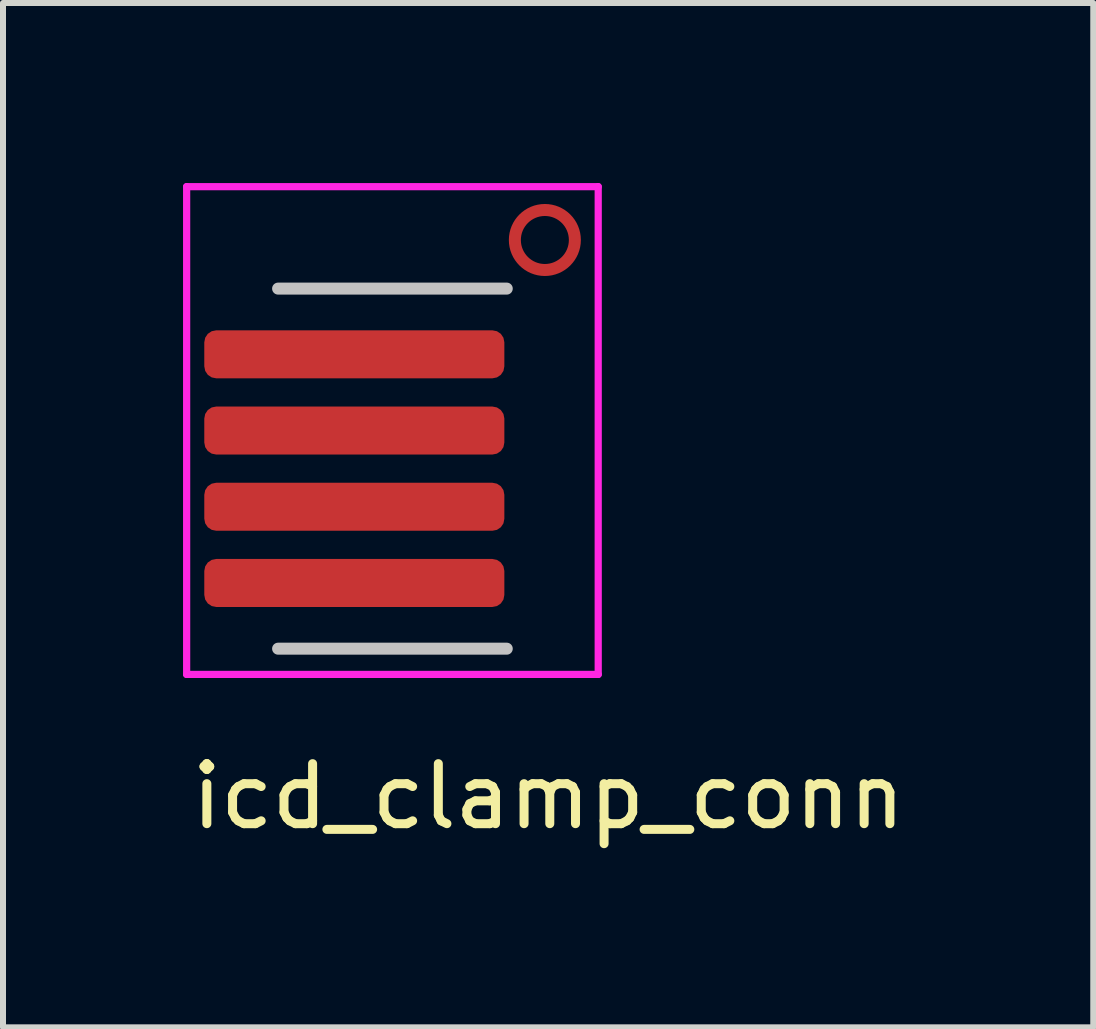
<source format=kicad_pcb>
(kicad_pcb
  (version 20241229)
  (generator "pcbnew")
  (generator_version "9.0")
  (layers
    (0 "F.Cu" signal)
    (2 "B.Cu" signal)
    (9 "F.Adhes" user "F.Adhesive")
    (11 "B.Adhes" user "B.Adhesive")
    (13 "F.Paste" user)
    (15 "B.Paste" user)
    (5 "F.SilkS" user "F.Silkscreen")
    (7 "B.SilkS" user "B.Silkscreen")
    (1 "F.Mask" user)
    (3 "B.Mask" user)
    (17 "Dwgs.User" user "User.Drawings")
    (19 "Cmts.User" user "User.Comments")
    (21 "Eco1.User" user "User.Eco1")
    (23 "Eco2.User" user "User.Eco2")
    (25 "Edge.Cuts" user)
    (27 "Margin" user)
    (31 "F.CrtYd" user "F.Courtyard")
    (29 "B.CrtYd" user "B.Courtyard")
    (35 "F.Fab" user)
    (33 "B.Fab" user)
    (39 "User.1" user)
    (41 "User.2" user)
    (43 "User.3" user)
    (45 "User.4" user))
  (footprint "icd_clamp_conn"
    (layer "F.Cu")
    (at 2.854 2.854)
    (property "Reference" "icd_clamp_conn" (at -2.794 7.366 0) (layer "F.SilkS") (effects (font (size 1 1) (thickness 0.15)) (justify left)))
    (attr through_hole)
    (fp_circle (center 3.175 -1.905) (end 3.675 -1.905) (stroke (width 0.2) (type solid)) (fill no) (layer "F.Cu"))
    (fp_poly (pts (xy 2.54 4.445) (xy -2.54 4.445) (xy -2.54 -0.635) (xy 2.54 -0.635)) (stroke (width 0.1) (type solid)) (fill yes) (layer "F.Mask"))
    (fp_line (start -1.27 -1.095) (end 2.54 -1.095) (stroke (width 0.2) (type solid)) (layer "Dwgs.User"))
    (fp_line (start -1.27 4.905) (end 2.54 4.905) (stroke (width 0.2) (type solid)) (layer "Dwgs.User"))
    (fp_line (start -2.794 -2.794) (end -2.794 5.334) (stroke (width 0.12) (type solid)) (layer "F.CrtYd"))
    (fp_line (start -2.794 5.334) (end 4.064 5.334) (stroke (width 0.12) (type solid)) (layer "F.CrtYd"))
    (fp_line (start 4.064 -2.794) (end -2.794 -2.794) (stroke (width 0.12) (type solid)) (layer "F.CrtYd"))
    (fp_line (start 4.064 5.334) (end 4.064 -2.794) (stroke (width 0.12) (type solid)) (layer "F.CrtYd"))
    (pad "1" smd roundrect (at 0 0) (size 5 0.8) (layers "F.Cu" "F.Mask" "F.Paste") (roundrect_rratio 0.25))
    (pad "2" smd roundrect (at 0 1.27) (size 5 0.8) (layers "F.Cu" "F.Mask" "F.Paste") (roundrect_rratio 0.25))
    (pad "3" smd roundrect (at 0 2.54) (size 5 0.8) (layers "F.Cu" "F.Mask" "F.Paste") (roundrect_rratio 0.25))
    (pad "4" smd roundrect (at 0 3.81) (size 5 0.8) (layers "F.Cu" "F.Mask" "F.Paste") (roundrect_rratio 0.25)))
  (gr_rect
    (start -3 -3)
    (end 15.167 14.068)
    (stroke (width 0.1) (type default))
    (fill no)
    (layer "Edge.Cuts")))
</source>
